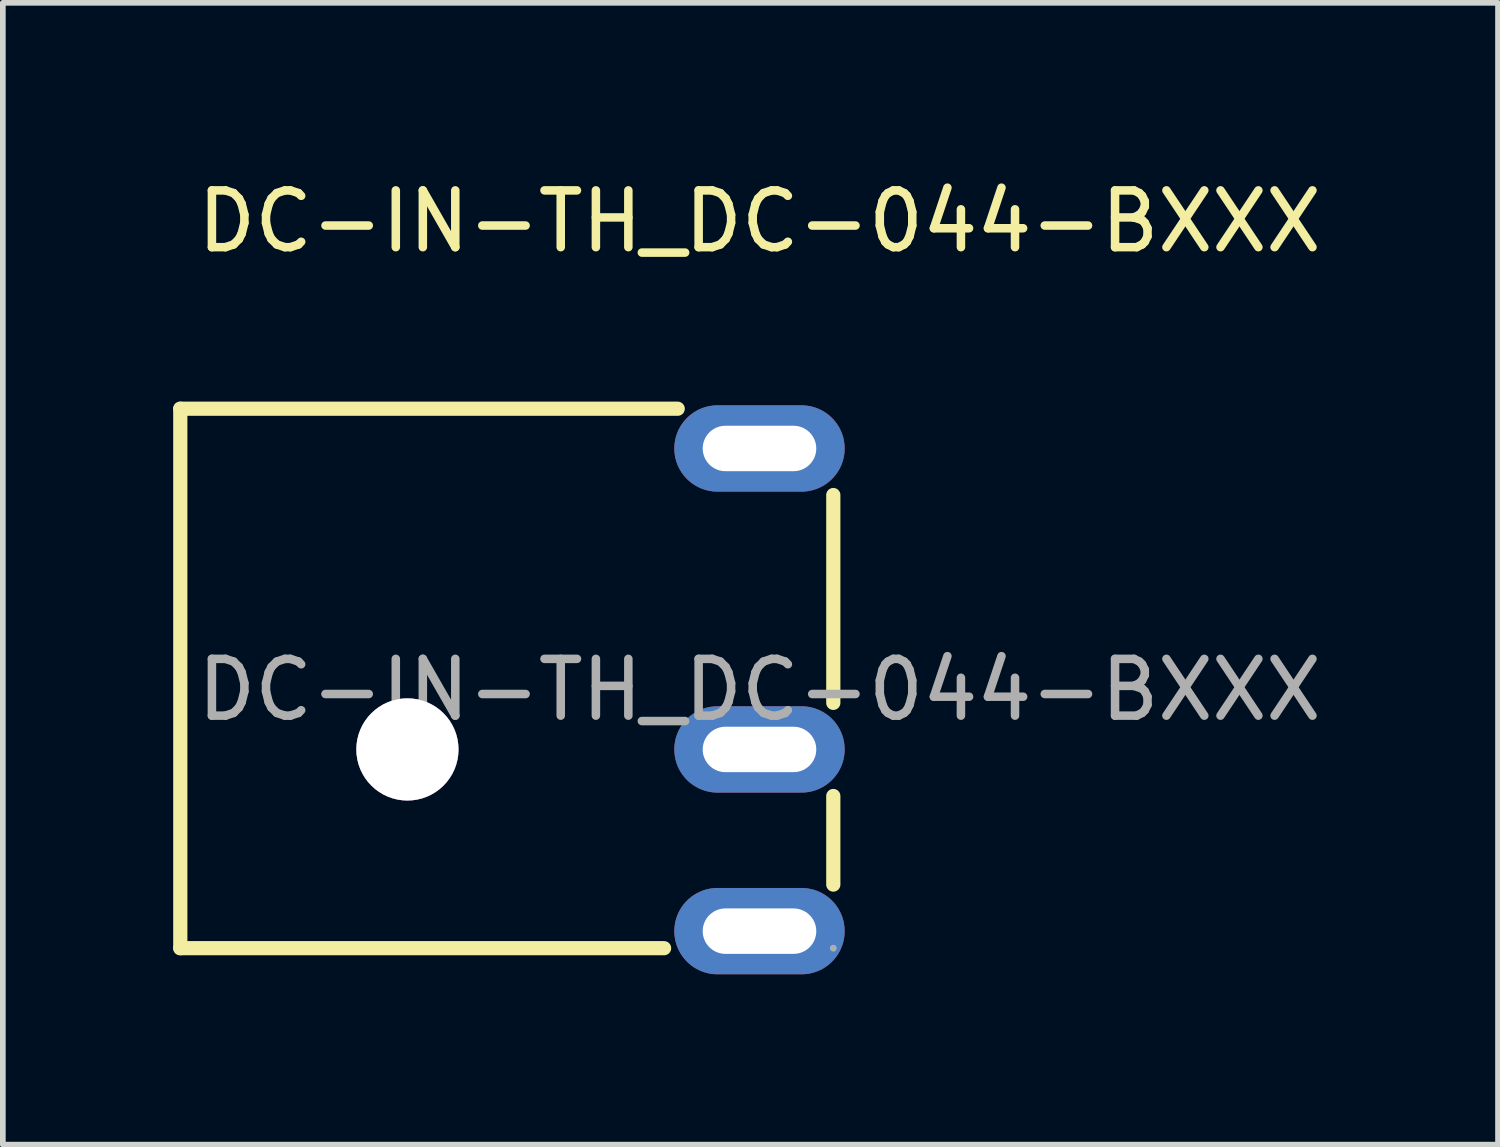
<source format=kicad_pcb>
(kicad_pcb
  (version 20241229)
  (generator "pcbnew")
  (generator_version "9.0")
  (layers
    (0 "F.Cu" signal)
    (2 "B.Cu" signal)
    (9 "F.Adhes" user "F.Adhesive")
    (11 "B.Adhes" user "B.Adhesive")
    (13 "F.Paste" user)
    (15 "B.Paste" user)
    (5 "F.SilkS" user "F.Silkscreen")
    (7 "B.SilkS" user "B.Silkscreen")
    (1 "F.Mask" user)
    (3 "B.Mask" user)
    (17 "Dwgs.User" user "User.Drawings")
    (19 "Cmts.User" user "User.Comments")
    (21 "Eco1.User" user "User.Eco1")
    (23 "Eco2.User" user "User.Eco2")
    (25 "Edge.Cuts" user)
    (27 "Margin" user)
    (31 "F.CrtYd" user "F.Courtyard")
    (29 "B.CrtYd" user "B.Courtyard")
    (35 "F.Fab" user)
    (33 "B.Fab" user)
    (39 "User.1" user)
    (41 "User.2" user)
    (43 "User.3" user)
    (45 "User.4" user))
  (footprint "DC-IN-TH_DC-044-BXXX"
    (layer "F.Cu")
    (at 10.325 9.098)
    (property "Reference" "DC-IN-TH_DC-044-BXXX" (at 0 -8.25 0) (layer "F.SilkS") (effects (font (size 1 1) (thickness 0.15))))
    (attr through_hole)
    (fp_line (start -10.2 -4.95) (end -1.44 -4.95) (stroke (width 0.25) (type solid)) (layer "F.SilkS"))
    (fp_line (start -10.2 4.55) (end -10.2 -4.95) (stroke (width 0.25) (type solid)) (layer "F.SilkS"))
    (fp_line (start -1.68 4.55) (end -10.2 4.55) (stroke (width 0.25) (type solid)) (layer "F.SilkS"))
    (fp_line (start 1.3 -3.43) (end 1.3 0.23) (stroke (width 0.25) (type solid)) (layer "F.SilkS"))
    (fp_line (start 1.3 1.87) (end 1.3 3.43) (stroke (width 0.25) (type solid)) (layer "F.SilkS"))
    (fp_circle (center 1.3 4.55) (end 1.33 4.55) (stroke (width 0.06) (type solid)) (fill no) (layer "F.Fab"))
    (fp_text user "${REFERENCE}" (at 0 0 0) (layer "F.Fab") (effects (font (size 1 1) (thickness 0.15))))
    (pad "" thru_hole circle (at -6.2 1.05) (size 1.8 1.8) (drill 1.8) (layers "*.Cu" "*.Mask"))
    (pad "1" thru_hole oval (at 0 4.25) (size 3 1.52) (drill oval 2 0.8) (layers "*.Cu" "*.Mask"))
    (pad "2" thru_hole oval (at 0 -4.25) (size 3 1.52) (drill oval 2 0.8) (layers "*.Cu" "*.Mask"))
    (pad "3" thru_hole oval (at 0 1.05) (size 3 1.52) (drill oval 2 0.8) (layers "*.Cu" "*.Mask")))
  (gr_rect
    (start -3 -3)
    (end 23.331 17.108)
    (stroke (width 0.1) (type default))
    (fill no)
    (layer "Edge.Cuts")))
</source>
